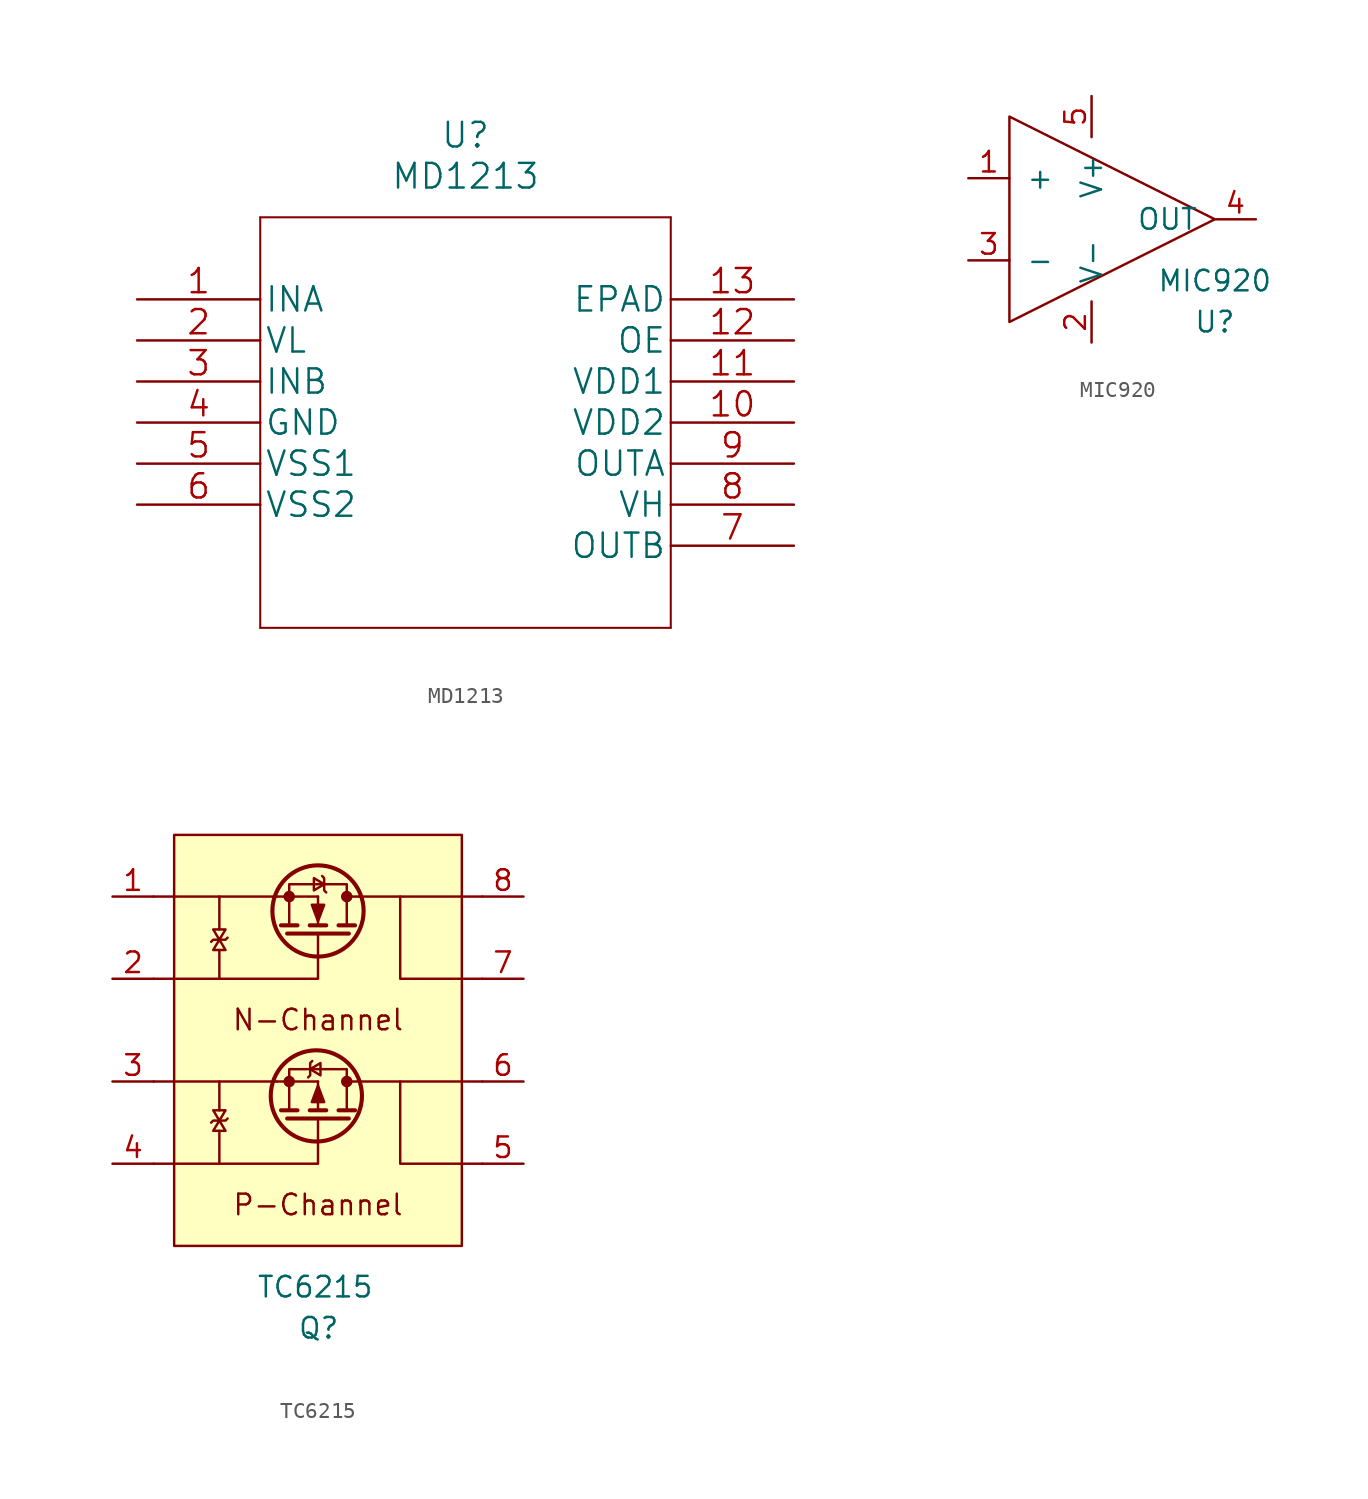
<source format=kicad_sym>
(kicad_symbol_lib
  (version 20220914)
  (generator kicad_symbol_editor)
  (symbol "MD1213"
    (pin_names
      (offset 0.254))
    (property "Reference" "U"
      (at 0 16.51 0)
      (effects (font (size 1.524 1.524))))
    (property "Value" "MD1213"
      (at 0 13.97 0)
      (effects (font (size 1.524 1.524))))
    (property "Datasheet" ""
      (at -20.32 6.35 0)
      (effects (font (size 1.524 1.524))))
    (symbol "MD1213_1_1"
      (polyline (pts (xy -12.7 -13.97) (xy 12.7 -13.97)) (stroke (width 0.127) (type solid)) (fill (type none)))
      (polyline (pts (xy -12.7 11.43) (xy -12.7 -13.97)) (stroke (width 0.127) (type solid)) (fill (type none)))
      (polyline (pts (xy 12.7 -13.97) (xy 12.7 11.43)) (stroke (width 0.127) (type solid)) (fill (type none)))
      (polyline (pts (xy 12.7 11.43) (xy -12.7 11.43)) (stroke (width 0.127) (type solid)) (fill (type none)))
      (pin input line (at -20.32 6.35 0) (length 7.62) (name "INA" (effects (font (size 1.499 1.499)))) (number "1" (effects (font (size 1.499 1.499)))))
      (pin power_in line (at 20.32 -1.27 180) (length 7.62) (name "VDD2" (effects (font (size 1.499 1.499)))) (number "10" (effects (font (size 1.499 1.499)))))
      (pin power_in line (at 20.32 1.27 180) (length 7.62) (name "VDD1" (effects (font (size 1.499 1.499)))) (number "11" (effects (font (size 1.499 1.499)))))
      (pin bidirectional line (at 20.32 3.81 180) (length 7.62) (name "OE" (effects (font (size 1.499 1.499)))) (number "12" (effects (font (size 1.499 1.499)))))
      (pin unspecified line (at 20.32 6.35 180) (length 7.62) (name "EPAD" (effects (font (size 1.499 1.499)))) (number "13" (effects (font (size 1.499 1.499)))))
      (pin power_in line (at -20.32 3.81 0) (length 7.62) (name "VL" (effects (font (size 1.499 1.499)))) (number "2" (effects (font (size 1.499 1.499)))))
      (pin input line (at -20.32 1.27 0) (length 7.62) (name "INB" (effects (font (size 1.499 1.499)))) (number "3" (effects (font (size 1.499 1.499)))))
      (pin power_in line (at -20.32 -1.27 0) (length 7.62) (name "GND" (effects (font (size 1.499 1.499)))) (number "4" (effects (font (size 1.499 1.499)))))
      (pin power_in line (at -20.32 -3.81 0) (length 7.62) (name "VSS1" (effects (font (size 1.499 1.499)))) (number "5" (effects (font (size 1.499 1.499)))))
      (pin power_in line (at -20.32 -6.35 0) (length 7.62) (name "VSS2" (effects (font (size 1.499 1.499)))) (number "6" (effects (font (size 1.499 1.499)))))
      (pin output line (at 20.32 -8.89 180) (length 7.62) (name "OUTB" (effects (font (size 1.499 1.499)))) (number "7" (effects (font (size 1.499 1.499)))))
      (pin power_in line (at 20.32 -6.35 180) (length 7.62) (name "VH" (effects (font (size 1.499 1.499)))) (number "8" (effects (font (size 1.499 1.499)))))
      (pin output line (at 20.32 -3.81 180) (length 7.62) (name "OUTA" (effects (font (size 1.499 1.499)))) (number "9" (effects (font (size 1.499 1.499)))))))
  (symbol "MIC920"
    (pin_names
      (offset 1.016))
    (property "Reference" "U"
      (at 7.62 -6.35 0)
      (effects (font (size 1.27 1.27))))
    (property "Value" "MIC920"
      (at 7.62 -3.81 0)
      (effects (font (size 1.27 1.27))))
    (symbol "MIC920_1_1"
      (polyline (pts (xy -5.08 6.35) (xy -5.08 -6.35) (xy 7.62 0) (xy -5.08 6.35)) (stroke (width 0) (type solid)) (fill (type none)))
      (pin input line (at -7.62 2.54 0) (length 2.54) (name "+" (effects (font (size 1.27 1.27)))) (number "1" (effects (font (size 1.27 1.27)))))
      (pin input line (at 0 -7.62 90) (length 2.54) (name "V-" (effects (font (size 1.27 1.27)))) (number "2" (effects (font (size 1.27 1.27)))))
      (pin input line (at -7.62 -2.54 0) (length 2.54) (name "-" (effects (font (size 1.27 1.27)))) (number "3" (effects (font (size 1.27 1.27)))))
      (pin output line (at 10.16 0 180) (length 2.54) (name "OUT" (effects (font (size 1.27 1.27)))) (number "4" (effects (font (size 1.27 1.27)))))
      (pin input line (at 0 7.62 270) (length 2.54) (name "V+" (effects (font (size 1.27 1.27)))) (number "5" (effects (font (size 1.27 1.27)))))))
  (symbol "TC6215"
    (pin_names
      (offset 0) hide)
    (property "Reference" "Q"
      (at -1.27 -13.97 0)
      (effects (font (size 1.27 1.27)) (justify left)))
    (property "Value" "TC6215"
      (at -3.81 -11.43 0)
      (effects (font (size 1.27 1.27)) (justify left)))
    (symbol "TC6215_0_0"
      (text "N-Channel" (at 0 5.08 0) (effects (font (size 1.27 1.27))))
      (text "P-Channel" (at 0 -6.35 0) (effects (font (size 1.27 1.27)))))
    (symbol "TC6215_0_1"
      (rectangle (start -8.89 16.51) (end 8.89 -8.89) (stroke (width 0) (type solid)) (fill (type background)))
      (circle (center -1.778 12.7) (radius 0.279) (stroke (width 0) (type solid)) (fill (type outline)))
      (polyline (pts (xy -6.096 -1.778) (xy -6.096 -3.81)) (stroke (width 0) (type solid)) (fill (type none)))
      (polyline (pts (xy -6.096 -0.508) (xy -6.096 1.27)) (stroke (width 0) (type solid)) (fill (type none)))
      (polyline (pts (xy -6.096 9.398) (xy -6.096 7.62)) (stroke (width 0) (type solid)) (fill (type none)))
      (polyline (pts (xy -6.096 10.668) (xy -6.096 12.7)) (stroke (width 0) (type solid)) (fill (type none)))
      (polyline (pts (xy -2.54 1.27) (xy -10.16 1.27)) (stroke (width 0) (type solid)) (fill (type none)))
      (polyline (pts (xy -2.54 12.7) (xy -10.16 12.7)) (stroke (width 0) (type solid)) (fill (type none)))
      (polyline (pts (xy -1.778 10.922) (xy -1.778 12.7)) (stroke (width 0) (type solid)) (fill (type none)))
      (polyline (pts (xy -1.778 12.7) (xy -2.54 12.7)) (stroke (width 0) (type solid)) (fill (type none)))
      (polyline (pts (xy -1.778 12.7) (xy 0 12.7)) (stroke (width 0) (type solid)) (fill (type none)))
      (polyline (pts (xy -1.27 10.922) (xy -2.286 10.922)) (stroke (width 0.254) (type solid)) (fill (type none)))
      (polyline (pts (xy 0 10.211) (xy 0 10.414)) (stroke (width 0) (type solid)) (fill (type none)))
      (polyline (pts (xy 0 10.922) (xy 0 12.7)) (stroke (width 0) (type solid)) (fill (type none)))
      (polyline (pts (xy 0.508 10.922) (xy -0.508 10.922)) (stroke (width 0.254) (type solid)) (fill (type none)))
      (polyline (pts (xy 1.778 10.922) (xy 1.778 12.7)) (stroke (width 0) (type solid)) (fill (type none)))
      (polyline (pts (xy 2.286 10.922) (xy 1.27 10.922)) (stroke (width 0.254) (type solid)) (fill (type none)))
      (polyline (pts (xy 2.54 1.27) (xy 10.16 1.27)) (stroke (width 0) (type solid)) (fill (type none)))
      (polyline (pts (xy 2.54 12.7) (xy 1.778 12.7)) (stroke (width 0) (type solid)) (fill (type none)))
      (polyline (pts (xy 2.54 12.7) (xy 10.16 12.7)) (stroke (width 0) (type solid)) (fill (type none)))
      (polyline (pts (xy 8.89 -3.81) (xy 10.16 -3.81)) (stroke (width 0) (type solid)) (fill (type none)))
      (polyline (pts (xy -10.16 -3.81) (xy 0 -3.81) (xy 0 -1.27)) (stroke (width 0) (type solid)) (fill (type none)))
      (polyline (pts (xy -10.16 7.62) (xy 0 7.62) (xy 0 10.16)) (stroke (width 0) (type solid)) (fill (type none)))
      (polyline (pts (xy 1.905 10.414) (xy -1.905 10.414) (xy -1.905 10.414)) (stroke (width 0.254) (type solid)) (fill (type none)))
      (polyline (pts (xy 8.89 -3.81) (xy 5.08 -3.81) (xy 5.08 1.27)) (stroke (width 0) (type solid)) (fill (type none)))
      (polyline (pts (xy 10.16 7.62) (xy 5.08 7.62) (xy 5.08 12.7)) (stroke (width 0) (type solid)) (fill (type none)))
      (polyline (pts (xy -1.778 12.7) (xy -1.778 13.462) (xy 1.778 13.462) (xy 1.778 12.7)) (stroke (width 0) (type solid)) (fill (type none)))
      (polyline (pts (xy 0 11.176) (xy 0.381 12.192) (xy -0.381 12.192) (xy 0 11.176)) (stroke (width 0) (type solid)) (fill (type outline)))
      (polyline (pts (xy 0.381 13.462) (xy -0.254 13.081) (xy -0.254 13.843) (xy 0.381 13.462)) (stroke (width 0) (type solid)) (fill (type none)))
      (polyline (pts (xy 0.508 12.954) (xy 0.381 13.081) (xy 0.381 13.843) (xy 0.254 13.97)) (stroke (width 0) (type solid)) (fill (type none)))
      (circle (center 0 11.811) (radius 2.819) (stroke (width 0.254) (type solid)) (fill (type none)))
      (circle (center 1.778 12.7) (radius 0.279) (stroke (width 0) (type solid)) (fill (type outline))))
    (symbol "TC6215_1_1"
      (circle (center -1.778 1.27) (radius 0.279) (stroke (width 0) (type solid)) (fill (type outline)))
      (circle (center -0.102 0.381) (radius 2.819) (stroke (width 0.254) (type solid)) (fill (type none)))
      (polyline (pts (xy -2.54 1.27) (xy -1.778 1.27)) (stroke (width 0) (type solid)) (fill (type none)))
      (polyline (pts (xy -2.286 -0.508) (xy -1.27 -0.508)) (stroke (width 0.254) (type solid)) (fill (type none)))
      (polyline (pts (xy -1.778 -0.508) (xy -1.778 1.27)) (stroke (width 0) (type solid)) (fill (type none)))
      (polyline (pts (xy -1.778 1.27) (xy 0 1.27)) (stroke (width 0) (type solid)) (fill (type none)))
      (polyline (pts (xy -0.508 -0.508) (xy 0.508 -0.508)) (stroke (width 0.254) (type solid)) (fill (type none)))
      (polyline (pts (xy 0 -1.219) (xy 0 -1.016)) (stroke (width 0) (type solid)) (fill (type none)))
      (polyline (pts (xy 0 -0.508) (xy 0 1.27)) (stroke (width 0) (type solid)) (fill (type none)))
      (polyline (pts (xy 1.27 -0.508) (xy 2.286 -0.508)) (stroke (width 0.254) (type solid)) (fill (type none)))
      (polyline (pts (xy 1.778 -0.508) (xy 1.778 1.27)) (stroke (width 0) (type solid)) (fill (type none)))
      (polyline (pts (xy 1.778 1.27) (xy 2.54 1.27)) (stroke (width 0) (type solid)) (fill (type none)))
      (polyline (pts (xy -1.905 -1.016) (xy 1.905 -1.016) (xy 1.905 -1.016)) (stroke (width 0.254) (type solid)) (fill (type none)))
      (polyline (pts (xy -6.604 -1.27) (xy -6.477 -1.143) (xy -5.715 -1.143) (xy -5.588 -1.016)) (stroke (width 0) (type solid)) (fill (type none)))
      (polyline (pts (xy -6.604 9.906) (xy -6.477 10.033) (xy -5.715 10.033) (xy -5.588 10.16)) (stroke (width 0) (type solid)) (fill (type none)))
      (polyline (pts (xy -6.096 -1.143) (xy -6.477 -0.508) (xy -5.715 -0.508) (xy -6.096 -1.143)) (stroke (width 0) (type solid)) (fill (type none)))
      (polyline (pts (xy -6.096 -1.143) (xy -5.715 -1.778) (xy -6.477 -1.778) (xy -6.096 -1.143)) (stroke (width 0) (type solid)) (fill (type none)))
      (polyline (pts (xy -6.096 10.033) (xy -6.477 10.668) (xy -5.715 10.668) (xy -6.096 10.033)) (stroke (width 0) (type solid)) (fill (type none)))
      (polyline (pts (xy -6.096 10.033) (xy -5.715 9.398) (xy -6.477 9.398) (xy -6.096 10.033)) (stroke (width 0) (type solid)) (fill (type none)))
      (polyline (pts (xy -0.61 1.524) (xy -0.483 1.651) (xy -0.483 2.413) (xy -0.356 2.54)) (stroke (width 0) (type solid)) (fill (type none)))
      (polyline (pts (xy -0.483 2.032) (xy 0.152 1.651) (xy 0.152 2.413) (xy -0.483 2.032)) (stroke (width 0) (type solid)) (fill (type none)))
      (polyline (pts (xy 0 1.016) (xy 0.381 0) (xy -0.381 0) (xy 0 1.016)) (stroke (width 0) (type solid)) (fill (type outline)))
      (polyline (pts (xy 1.778 1.27) (xy 1.778 2.032) (xy -1.778 2.032) (xy -1.778 1.27)) (stroke (width 0) (type solid)) (fill (type none)))
      (circle (center 1.778 1.27) (radius 0.279) (stroke (width 0) (type solid)) (fill (type outline)))
      (pin passive line (at -12.7 12.7 0) (length 2.54) (name "SN" (effects (font (size 1.27 1.27)))) (number "1" (effects (font (size 1.27 1.27)))))
      (pin passive line (at -12.7 7.62 0) (length 2.54) (name "GN" (effects (font (size 1.27 1.27)))) (number "2" (effects (font (size 1.27 1.27)))))
      (pin passive line (at -12.7 1.27 0) (length 2.54) (name "SP" (effects (font (size 1.27 1.27)))) (number "3" (effects (font (size 1.27 1.27)))))
      (pin passive line (at -12.7 -3.81 0) (length 2.54) (name "GP" (effects (font (size 1.27 1.27)))) (number "4" (effects (font (size 1.27 1.27)))))
      (pin passive line (at 12.7 -3.81 180) (length 2.54) (name "DP" (effects (font (size 1.27 1.27)))) (number "5" (effects (font (size 1.27 1.27)))))
      (pin passive line (at 12.7 1.27 180) (length 2.54) (name "DP" (effects (font (size 1.27 1.27)))) (number "6" (effects (font (size 1.27 1.27)))))
      (pin passive line (at 12.7 7.62 180) (length 2.54) (name "DN" (effects (font (size 1.27 1.27)))) (number "7" (effects (font (size 1.27 1.27)))))
      (pin passive line (at 12.7 12.7 180) (length 2.54) (name "DN" (effects (font (size 1.27 1.27)))) (number "8" (effects (font (size 1.27 1.27))))))))
</source>
